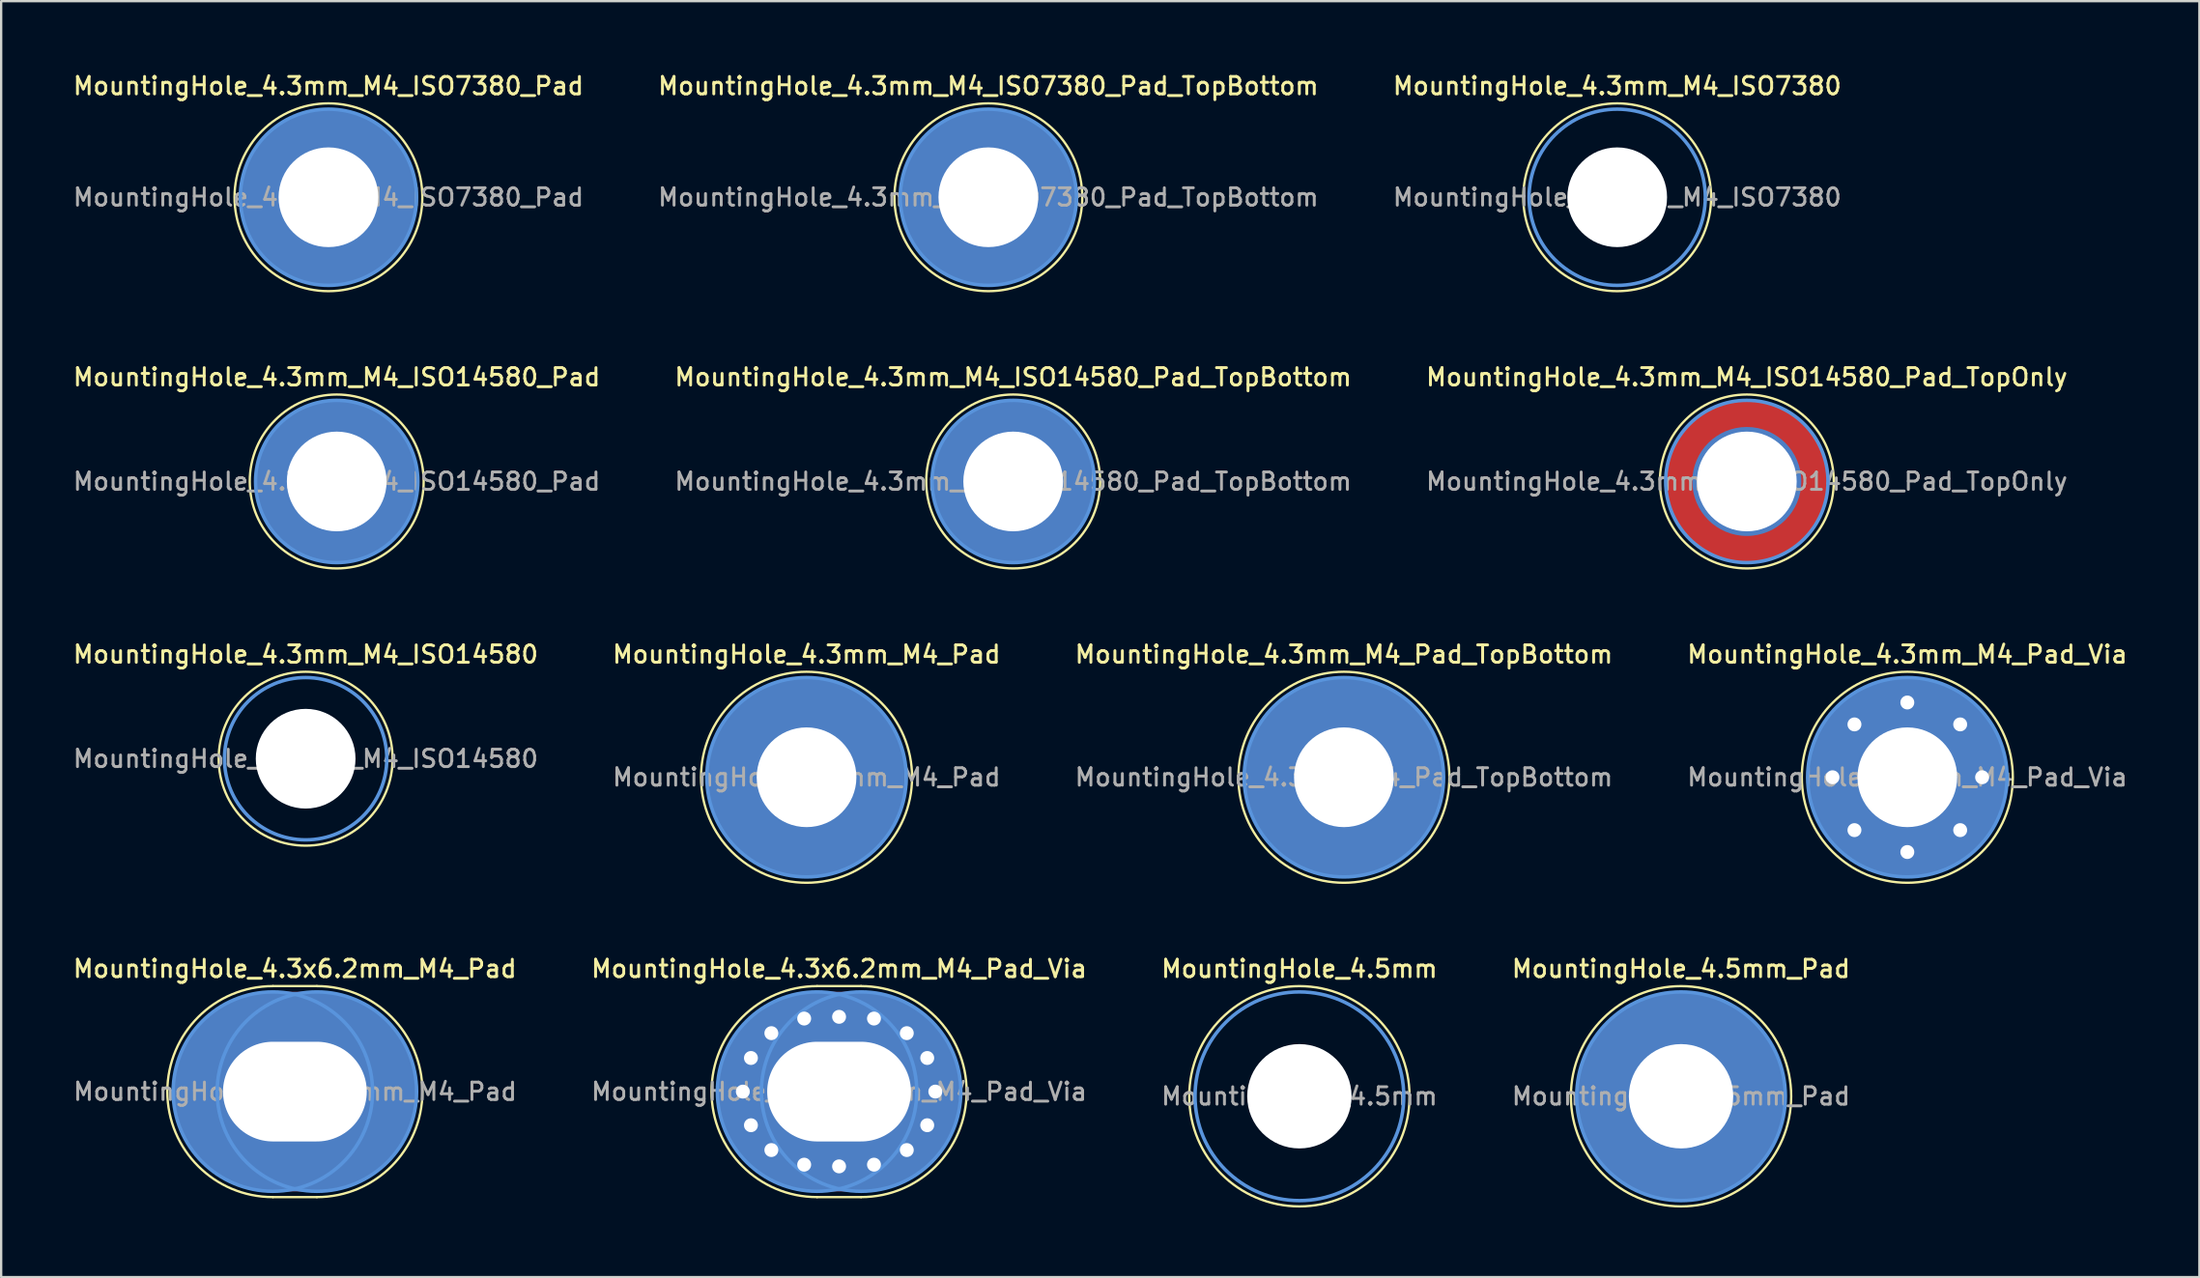
<source format=kicad_pcb>
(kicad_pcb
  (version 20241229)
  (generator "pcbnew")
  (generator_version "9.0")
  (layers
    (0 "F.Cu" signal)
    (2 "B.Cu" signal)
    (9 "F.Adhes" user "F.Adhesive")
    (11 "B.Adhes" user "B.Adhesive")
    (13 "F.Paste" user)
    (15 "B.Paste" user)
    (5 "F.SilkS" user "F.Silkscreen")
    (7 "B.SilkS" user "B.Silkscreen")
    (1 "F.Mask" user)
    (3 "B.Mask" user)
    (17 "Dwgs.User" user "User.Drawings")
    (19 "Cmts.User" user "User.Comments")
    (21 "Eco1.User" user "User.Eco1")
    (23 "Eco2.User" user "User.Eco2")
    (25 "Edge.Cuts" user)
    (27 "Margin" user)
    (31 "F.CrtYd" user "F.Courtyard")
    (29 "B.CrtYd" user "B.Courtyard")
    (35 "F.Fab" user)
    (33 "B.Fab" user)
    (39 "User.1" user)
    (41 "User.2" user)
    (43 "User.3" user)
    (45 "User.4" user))
  (footprint "MountingHole_4.3mm_M4_ISO14580_Pad_TopOnly"
    (layer "F.Cu")
    (at 72.277 17.716)
    (property "Reference" "MountingHole_4.3mm_M4_ISO14580_Pad_TopOnly" (at 0 -4.5 0) (layer "F.SilkS") (effects (font (size 0.75 0.75) (thickness 0.125))))
    (attr exclude_from_pos_files exclude_from_bom)
    (fp_circle (center 0 0) (end 3.75 0) (stroke (width 0.1) (type solid)) (fill no) (layer "F.SilkS"))
    (fp_circle (center 0 0) (end 3.5 0) (stroke (width 0.15) (type solid)) (fill no) (layer "Cmts.User"))
    (fp_text user "${REFERENCE}" (at 0 0 0) (layer "F.Fab") (effects (font (size 0.75 0.75) (thickness 0.125))))
    (pad "1" thru_hole circle (at 0 0) (size 4.7 4.7) (drill 4.3) (layers "*.Cu" "*.Mask"))
    (pad "1" connect circle (at 0 0) (size 7 7) (layers "F.Cu" "F.Mask")))
  (footprint "MountingHole_4.3x6.2mm_M4_Pad_Via"
    (layer "F.Cu")
    (at 33.133 44.032)
    (property "Reference" "MountingHole_4.3x6.2mm_M4_Pad_Via" (at 0 -5.3 0) (layer "F.SilkS") (effects (font (size 0.75 0.75) (thickness 0.125))))
    (attr exclude_from_pos_files exclude_from_bom)
    (fp_line (start -0.95 -4.55) (end 0.95 -4.55) (stroke (width 0.1) (type solid)) (layer "F.SilkS"))
    (fp_line (start 0.95 4.55) (end -0.95 4.55) (stroke (width 0.1) (type solid)) (layer "F.SilkS"))
    (fp_arc (start -0.95 4.55) (mid -5.5 0) (end -0.95 -4.55) (stroke (width 0.1) (type solid)) (layer "F.SilkS"))
    (fp_arc (start 0.95 -4.55) (mid 5.5 0) (end 0.95 4.55) (stroke (width 0.1) (type solid)) (layer "F.SilkS"))
    (fp_circle (center -0.95 0) (end 3.35 0) (stroke (width 0.15) (type solid)) (fill no) (layer "Cmts.User"))
    (fp_circle (center 0.95 0) (end 5.25 0) (stroke (width 0.15) (type solid)) (fill no) (layer "Cmts.User"))
    (fp_text user "${REFERENCE}" (at 0 0 0) (layer "F.Fab") (effects (font (size 0.75 0.75) (thickness 0.125))))
    (pad "1" thru_hole circle (at -4.15 0) (size 0.9 0.9) (drill 0.6) (layers "*.Cu" "*.Mask"))
    (pad "1" thru_hole circle (at -3.801 -1.45) (size 0.9 0.9) (drill 0.6) (layers "*.Cu" "*.Mask"))
    (pad "1" thru_hole circle (at -3.801 1.45) (size 0.9 0.9) (drill 0.6) (layers "*.Cu" "*.Mask"))
    (pad "1" thru_hole circle (at -2.92 -2.521) (size 0.9 0.9) (drill 0.6) (layers "*.Cu" "*.Mask"))
    (pad "1" thru_hole circle (at -2.92 2.521) (size 0.9 0.9) (drill 0.6) (layers "*.Cu" "*.Mask"))
    (pad "1" thru_hole circle (at -1.505 -3.151) (size 0.9 0.9) (drill 0.6) (layers "*.Cu" "*.Mask"))
    (pad "1" thru_hole circle (at -1.505 3.151) (size 0.9 0.9) (drill 0.6) (layers "*.Cu" "*.Mask"))
    (pad "1" thru_hole circle (at 0 -3.225) (size 0.9 0.9) (drill 0.6) (layers "*.Cu" "*.Mask"))
    (pad "1" thru_hole oval (at 0 0) (size 10.4 8.6) (drill oval 6.2 4.3) (layers "*.Cu" "*.Mask"))
    (pad "1" thru_hole circle (at 0 3.225) (size 0.9 0.9) (drill 0.6) (layers "*.Cu" "*.Mask"))
    (pad "1" thru_hole circle (at 1.505 -3.151) (size 0.9 0.9) (drill 0.6) (layers "*.Cu" "*.Mask"))
    (pad "1" thru_hole circle (at 1.505 3.151) (size 0.9 0.9) (drill 0.6) (layers "*.Cu" "*.Mask"))
    (pad "1" thru_hole circle (at 2.92 -2.521) (size 0.9 0.9) (drill 0.6) (layers "*.Cu" "*.Mask"))
    (pad "1" thru_hole circle (at 2.92 2.521) (size 0.9 0.9) (drill 0.6) (layers "*.Cu" "*.Mask"))
    (pad "1" thru_hole circle (at 3.801 -1.45) (size 0.9 0.9) (drill 0.6) (layers "*.Cu" "*.Mask"))
    (pad "1" thru_hole circle (at 3.801 1.45) (size 0.9 0.9) (drill 0.6) (layers "*.Cu" "*.Mask"))
    (pad "1" thru_hole circle (at 4.15 0) (size 0.9 0.9) (drill 0.6) (layers "*.Cu" "*.Mask")))
  (footprint "MountingHole_4.5mm"
    (layer "F.Cu")
    (at 52.983 44.233)
    (property "Reference" "MountingHole_4.5mm" (at 0 -5.5 0) (layer "F.SilkS") (effects (font (size 0.75 0.75) (thickness 0.125))))
    (attr exclude_from_pos_files exclude_from_bom)
    (fp_circle (center 0 0) (end 4.75 0) (stroke (width 0.1) (type solid)) (fill no) (layer "F.SilkS"))
    (fp_circle (center 0 0) (end 4.5 0) (stroke (width 0.15) (type solid)) (fill no) (layer "Cmts.User"))
    (fp_text user "${REFERENCE}" (at 0 0 0) (layer "F.Fab") (effects (font (size 0.75 0.75) (thickness 0.125))))
    (pad "" np_thru_hole circle (at 0 0) (size 4.5 4.5) (drill 4.5) (layers "*.Cu" "*.Mask")))
  (footprint "MountingHole_4.3mm_M4_ISO7380_Pad_TopBottom"
    (layer "F.Cu")
    (at 39.57 5.458)
    (property "Reference" "MountingHole_4.3mm_M4_ISO7380_Pad_TopBottom" (at 0 -4.8 0) (layer "F.SilkS") (effects (font (size 0.75 0.75) (thickness 0.125))))
    (attr exclude_from_pos_files exclude_from_bom)
    (fp_circle (center 0 0) (end 4.05 0) (stroke (width 0.1) (type solid)) (fill no) (layer "F.SilkS"))
    (fp_circle (center 0 0) (end 3.8 0) (stroke (width 0.15) (type solid)) (fill no) (layer "Cmts.User"))
    (fp_text user "${REFERENCE}" (at 0 0 0) (layer "F.Fab") (effects (font (size 0.75 0.75) (thickness 0.125))))
    (pad "1" thru_hole circle (at 0 0) (size 4.7 4.7) (drill 4.3) (layers "*.Cu" "*.Mask"))
    (pad "1" connect circle (at 0 0) (size 7.6 7.6) (layers "F.Cu" "F.Mask"))
    (pad "1" connect circle (at 0 0) (size 7.6 7.6) (layers "B.Cu" "B.Mask")))
  (footprint "MountingHole_4.3mm_M4_Pad_TopBottom"
    (layer "F.Cu")
    (at 54.902 30.474)
    (property "Reference" "MountingHole_4.3mm_M4_Pad_TopBottom" (at 0 -5.3 0) (layer "F.SilkS") (effects (font (size 0.75 0.75) (thickness 0.125))))
    (attr exclude_from_pos_files exclude_from_bom)
    (fp_circle (center 0 0) (end 4.55 0) (stroke (width 0.1) (type solid)) (fill no) (layer "F.SilkS"))
    (fp_circle (center 0 0) (end 4.3 0) (stroke (width 0.15) (type solid)) (fill no) (layer "Cmts.User"))
    (fp_text user "${REFERENCE}" (at 0 0 0) (layer "F.Fab") (effects (font (size 0.75 0.75) (thickness 0.125))))
    (pad "1" thru_hole circle (at 0 0) (size 4.7 4.7) (drill 4.3) (layers "*.Cu" "*.Mask"))
    (pad "1" connect circle (at 0 0) (size 8.6 8.6) (layers "F.Cu" "F.Mask"))
    (pad "1" connect circle (at 0 0) (size 8.6 8.6) (layers "B.Cu" "B.Mask")))
  (footprint "MountingHole_4.3mm_M4_Pad"
    (layer "F.Cu")
    (at 31.73 30.474)
    (property "Reference" "MountingHole_4.3mm_M4_Pad" (at 0 -5.3 0) (layer "F.SilkS") (effects (font (size 0.75 0.75) (thickness 0.125))))
    (attr exclude_from_pos_files exclude_from_bom)
    (fp_circle (center 0 0) (end 4.55 0) (stroke (width 0.1) (type solid)) (fill no) (layer "F.SilkS"))
    (fp_circle (center 0 0) (end 4.3 0) (stroke (width 0.15) (type solid)) (fill no) (layer "Cmts.User"))
    (fp_text user "${REFERENCE}" (at 0 0 0) (layer "F.Fab") (effects (font (size 0.75 0.75) (thickness 0.125))))
    (pad "1" thru_hole circle (at 0 0) (size 8.6 8.6) (drill 4.3) (layers "*.Cu" "*.Mask")))
  (footprint "MountingHole_4.3mm_M4_ISO7380_Pad"
    (layer "F.Cu")
    (at 11.113 5.458)
    (property "Reference" "MountingHole_4.3mm_M4_ISO7380_Pad" (at 0 -4.8 0) (layer "F.SilkS") (effects (font (size 0.75 0.75) (thickness 0.125))))
    (attr exclude_from_pos_files exclude_from_bom)
    (fp_circle (center 0 0) (end 4.05 0) (stroke (width 0.1) (type solid)) (fill no) (layer "F.SilkS"))
    (fp_circle (center 0 0) (end 3.8 0) (stroke (width 0.15) (type solid)) (fill no) (layer "Cmts.User"))
    (fp_text user "${REFERENCE}" (at 0 0 0) (layer "F.Fab") (effects (font (size 0.75 0.75) (thickness 0.125))))
    (pad "1" thru_hole circle (at 0 0) (size 7.6 7.6) (drill 4.3) (layers "*.Cu" "*.Mask")))
  (footprint "MountingHole_4.3x6.2mm_M4_Pad"
    (layer "F.Cu")
    (at 9.666 44.032)
    (property "Reference" "MountingHole_4.3x6.2mm_M4_Pad" (at 0 -5.3 0) (layer "F.SilkS") (effects (font (size 0.75 0.75) (thickness 0.125))))
    (attr exclude_from_pos_files exclude_from_bom)
    (fp_line (start -0.95 -4.55) (end 0.95 -4.55) (stroke (width 0.1) (type solid)) (layer "F.SilkS"))
    (fp_line (start 0.95 4.55) (end -0.95 4.55) (stroke (width 0.1) (type solid)) (layer "F.SilkS"))
    (fp_arc (start -0.95 4.55) (mid -5.5 0) (end -0.95 -4.55) (stroke (width 0.1) (type solid)) (layer "F.SilkS"))
    (fp_arc (start 0.95 -4.55) (mid 5.5 0) (end 0.95 4.55) (stroke (width 0.1) (type solid)) (layer "F.SilkS"))
    (fp_circle (center -0.95 0) (end 3.35 0) (stroke (width 0.15) (type solid)) (fill no) (layer "Cmts.User"))
    (fp_circle (center 0.95 0) (end 5.25 0) (stroke (width 0.15) (type solid)) (fill no) (layer "Cmts.User"))
    (fp_text user "${REFERENCE}" (at 0.01 0 0) (layer "F.Fab") (effects (font (size 0.75 0.75) (thickness 0.125))))
    (pad "1" thru_hole oval (at 0 0) (size 10.4 8.6) (drill oval 6.2 4.3) (layers "*.Cu" "*.Mask")))
  (footprint "MountingHole_4.3mm_M4_ISO14580"
    (layer "F.Cu")
    (at 10.13 29.674)
    (property "Reference" "MountingHole_4.3mm_M4_ISO14580" (at 0 -4.5 0) (layer "F.SilkS") (effects (font (size 0.75 0.75) (thickness 0.125))))
    (attr exclude_from_pos_files exclude_from_bom)
    (fp_circle (center 0 0) (end 3.75 0) (stroke (width 0.1) (type solid)) (fill no) (layer "F.SilkS"))
    (fp_circle (center 0 0) (end 3.5 0) (stroke (width 0.15) (type solid)) (fill no) (layer "Cmts.User"))
    (fp_text user "${REFERENCE}" (at 0 0 0) (layer "F.Fab") (effects (font (size 0.75 0.75) (thickness 0.125))))
    (pad "" np_thru_hole circle (at 0 0) (size 4.3 4.3) (drill 4.3) (layers "*.Cu" "*.Mask")))
  (footprint "MountingHole_4.3mm_M4_ISO14580_Pad"
    (layer "F.Cu")
    (at 11.47 17.716)
    (property "Reference" "MountingHole_4.3mm_M4_ISO14580_Pad" (at 0 -4.5 0) (layer "F.SilkS") (effects (font (size 0.75 0.75) (thickness 0.125))))
    (attr exclude_from_pos_files exclude_from_bom)
    (fp_circle (center 0 0) (end 3.75 0) (stroke (width 0.1) (type solid)) (fill no) (layer "F.SilkS"))
    (fp_circle (center 0 0) (end 3.5 0) (stroke (width 0.15) (type solid)) (fill no) (layer "Cmts.User"))
    (fp_text user "${REFERENCE}" (at 0 0 0) (layer "F.Fab") (effects (font (size 0.75 0.75) (thickness 0.125))))
    (pad "1" thru_hole circle (at 0 0) (size 7 7) (drill 4.3) (layers "*.Cu" "*.Mask")))
  (footprint "MountingHole_4.5mm_Pad"
    (layer "F.Cu")
    (at 69.44 44.233)
    (property "Reference" "MountingHole_4.5mm_Pad" (at 0 -5.5 0) (layer "F.SilkS") (effects (font (size 0.75 0.75) (thickness 0.125))))
    (attr exclude_from_pos_files exclude_from_bom)
    (fp_circle (center 0 0) (end 4.75 0) (stroke (width 0.1) (type solid)) (fill no) (layer "F.SilkS"))
    (fp_circle (center 0 0) (end 4.5 0) (stroke (width 0.15) (type solid)) (fill no) (layer "Cmts.User"))
    (fp_text user "${REFERENCE}" (at 0 0 0) (layer "F.Fab") (effects (font (size 0.75 0.75) (thickness 0.125))))
    (pad "1" thru_hole circle (at 0 0) (size 9 9) (drill 4.5) (layers "*.Cu" "*.Mask")))
  (footprint "MountingHole_4.3mm_M4_ISO14580_Pad_TopBottom"
    (layer "F.Cu")
    (at 40.641 17.716)
    (property "Reference" "MountingHole_4.3mm_M4_ISO14580_Pad_TopBottom" (at 0 -4.5 0) (layer "F.SilkS") (effects (font (size 0.75 0.75) (thickness 0.125))))
    (attr exclude_from_pos_files exclude_from_bom)
    (fp_circle (center 0 0) (end 3.75 0) (stroke (width 0.1) (type solid)) (fill no) (layer "F.SilkS"))
    (fp_circle (center 0 0) (end 3.5 0) (stroke (width 0.15) (type solid)) (fill no) (layer "Cmts.User"))
    (fp_text user "${REFERENCE}" (at 0 0 0) (layer "F.Fab") (effects (font (size 0.75 0.75) (thickness 0.125))))
    (pad "1" thru_hole circle (at 0 0) (size 4.7 4.7) (drill 4.3) (layers "*.Cu" "*.Mask"))
    (pad "1" connect circle (at 0 0) (size 7 7) (layers "F.Cu" "F.Mask"))
    (pad "1" connect circle (at 0 0) (size 7 7) (layers "B.Cu" "B.Mask")))
  (footprint "MountingHole_4.3mm_M4_ISO7380"
    (layer "F.Cu")
    (at 66.687 5.458)
    (property "Reference" "MountingHole_4.3mm_M4_ISO7380" (at 0 -4.8 0) (layer "F.SilkS") (effects (font (size 0.75 0.75) (thickness 0.125))))
    (attr exclude_from_pos_files exclude_from_bom)
    (fp_circle (center 0 0) (end 4.05 0) (stroke (width 0.1) (type solid)) (fill no) (layer "F.SilkS"))
    (fp_circle (center 0 0) (end 3.8 0) (stroke (width 0.15) (type solid)) (fill no) (layer "Cmts.User"))
    (fp_text user "${REFERENCE}" (at 0 0 0) (layer "F.Fab") (effects (font (size 0.75 0.75) (thickness 0.125))))
    (pad "" np_thru_hole circle (at 0 0) (size 4.3 4.3) (drill 4.3) (layers "*.Cu" "*.Mask")))
  (footprint "MountingHole_4.3mm_M4_Pad_Via"
    (layer "F.Cu")
    (at 79.198 30.474)
    (property "Reference" "MountingHole_4.3mm_M4_Pad_Via" (at 0 -5.3 0) (layer "F.SilkS") (effects (font (size 0.75 0.75) (thickness 0.125))))
    (attr exclude_from_pos_files exclude_from_bom)
    (fp_circle (center 0 0) (end 4.55 0) (stroke (width 0.1) (type solid)) (fill no) (layer "F.SilkS"))
    (fp_circle (center 0 0) (end 4.3 0) (stroke (width 0.15) (type solid)) (fill no) (layer "Cmts.User"))
    (fp_text user "${REFERENCE}" (at 0 0 0) (layer "F.Fab") (effects (font (size 0.75 0.75) (thickness 0.125))))
    (pad "1" thru_hole circle (at -3.225 0) (size 0.9 0.9) (drill 0.6) (layers "*.Cu" "*.Mask"))
    (pad "1" thru_hole circle (at -2.28 -2.28) (size 0.9 0.9) (drill 0.6) (layers "*.Cu" "*.Mask"))
    (pad "1" thru_hole circle (at -2.28 2.28) (size 0.9 0.9) (drill 0.6) (layers "*.Cu" "*.Mask"))
    (pad "1" thru_hole circle (at 0 -3.225) (size 0.9 0.9) (drill 0.6) (layers "*.Cu" "*.Mask"))
    (pad "1" thru_hole circle (at 0 0) (size 8.6 8.6) (drill 4.3) (layers "*.Cu" "*.Mask"))
    (pad "1" thru_hole circle (at 0 3.225) (size 0.9 0.9) (drill 0.6) (layers "*.Cu" "*.Mask"))
    (pad "1" thru_hole circle (at 2.28 -2.28) (size 0.9 0.9) (drill 0.6) (layers "*.Cu" "*.Mask"))
    (pad "1" thru_hole circle (at 2.28 2.28) (size 0.9 0.9) (drill 0.6) (layers "*.Cu" "*.Mask"))
    (pad "1" thru_hole circle (at 3.225 0) (size 0.9 0.9) (drill 0.6) (layers "*.Cu" "*.Mask")))
  (gr_rect
    (start -3 -3)
    (end 91.793 52.032)
    (stroke (width 0.1) (type default))
    (fill no)
    (layer "Edge.Cuts")))
</source>
